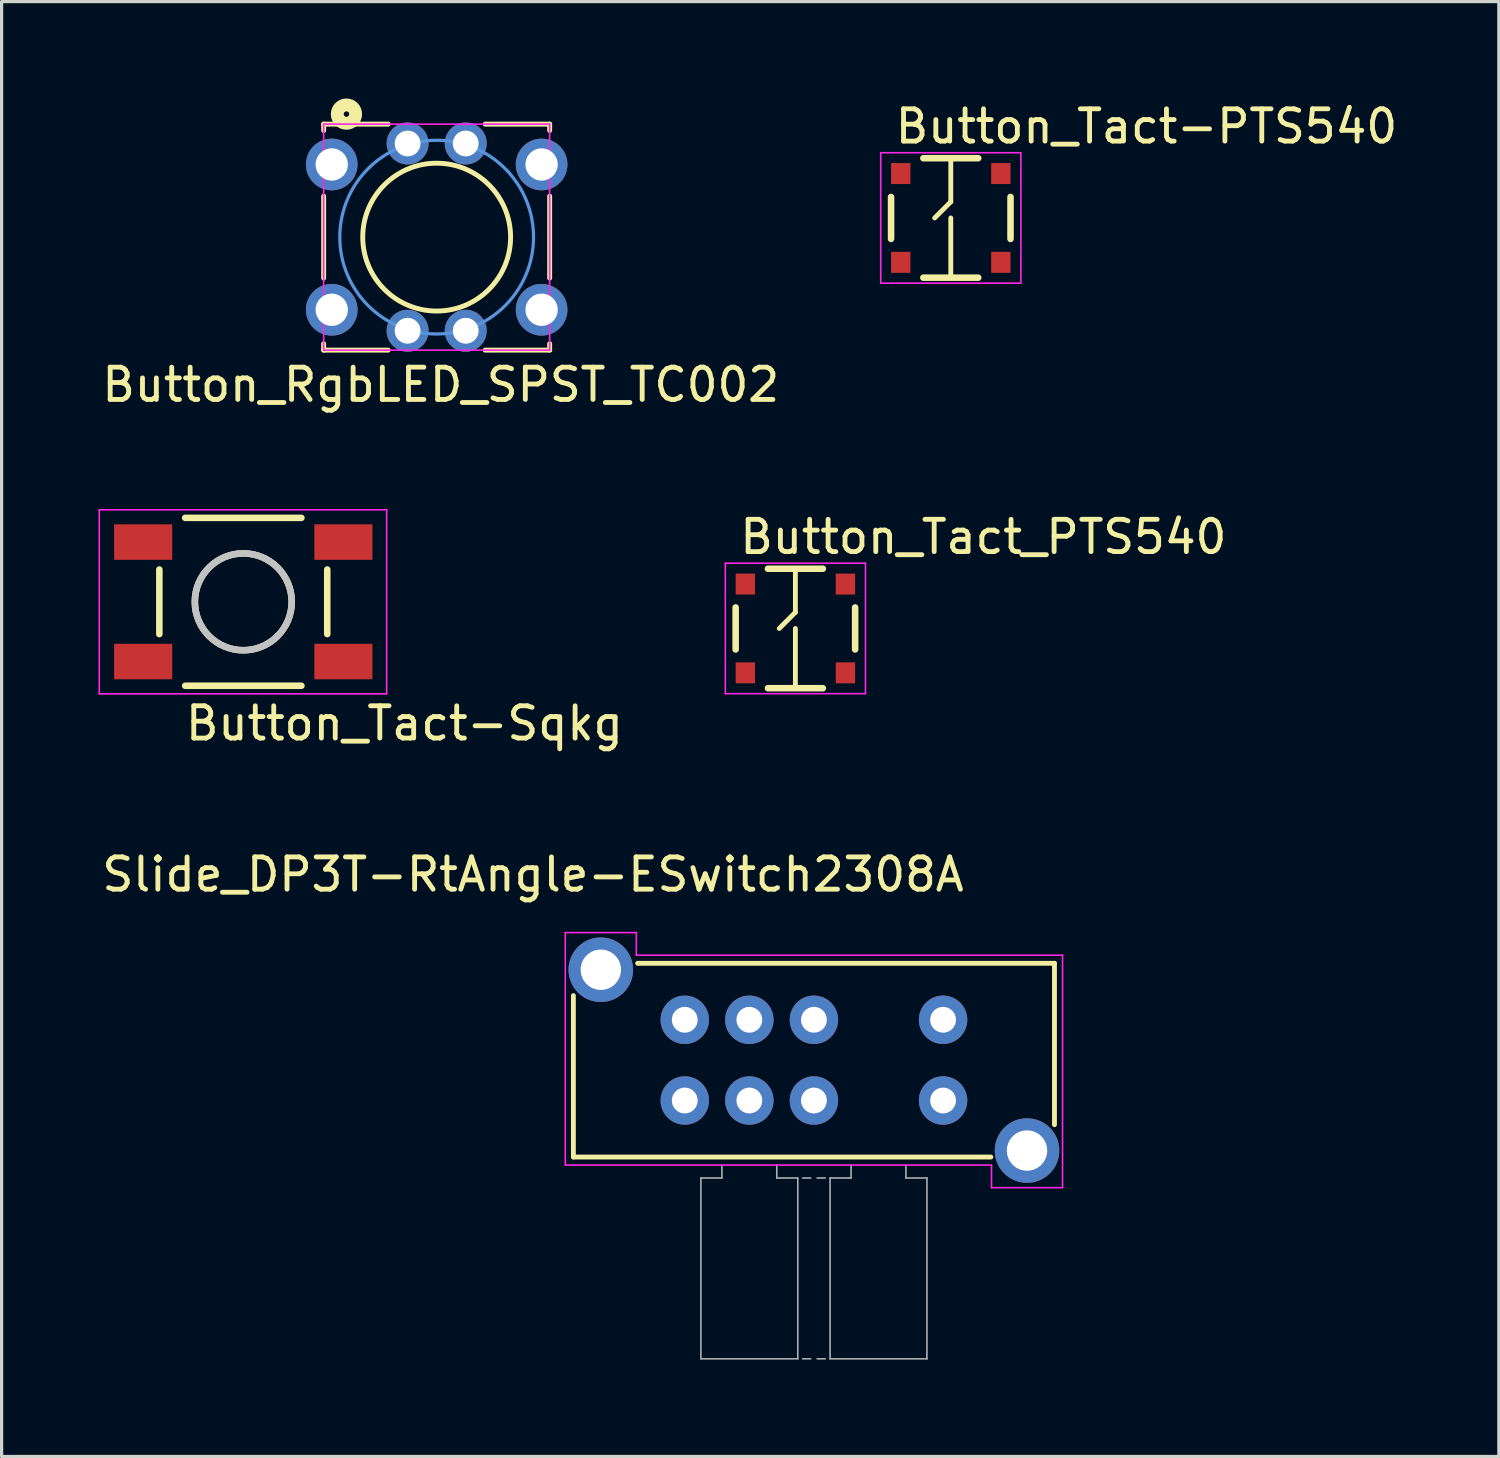
<source format=kicad_pcb>
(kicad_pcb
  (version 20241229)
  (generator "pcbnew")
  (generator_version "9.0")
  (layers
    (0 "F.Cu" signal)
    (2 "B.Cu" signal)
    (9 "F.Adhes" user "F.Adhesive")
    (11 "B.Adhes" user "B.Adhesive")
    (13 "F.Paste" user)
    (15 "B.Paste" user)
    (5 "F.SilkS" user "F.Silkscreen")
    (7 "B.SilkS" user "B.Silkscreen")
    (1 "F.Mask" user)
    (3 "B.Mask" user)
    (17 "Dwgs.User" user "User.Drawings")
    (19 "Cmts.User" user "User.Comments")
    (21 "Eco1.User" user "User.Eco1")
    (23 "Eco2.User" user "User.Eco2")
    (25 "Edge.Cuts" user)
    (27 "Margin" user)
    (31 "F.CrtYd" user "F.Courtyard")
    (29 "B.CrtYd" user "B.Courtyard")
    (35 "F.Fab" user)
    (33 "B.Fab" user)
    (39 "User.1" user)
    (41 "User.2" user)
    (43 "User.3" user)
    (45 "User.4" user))
  (footprint "Button_Tact_PTS540"
    (layer "F.Cu")
    (at 21.584 16.414)
    (property "Reference" "Button_Tact_PTS540" (at -1.8 -2.25 0) (layer "F.SilkS") (effects (font (size 1 1) (thickness 0.15)) (justify left bottom)))
    (attr through_hole)
    (fp_line (start -1.85 0.65) (end -1.85 -0.65) (stroke (width 0.203) (type solid)) (layer "F.SilkS"))
    (fp_line (start 0 -1.85) (end 0 -0.5) (stroke (width 0.15) (type solid)) (layer "F.SilkS"))
    (fp_line (start 0 -0.5) (end -0.5 0) (stroke (width 0.15) (type solid)) (layer "F.SilkS"))
    (fp_line (start 0 0) (end 0 1.85) (stroke (width 0.15) (type solid)) (layer "F.SilkS"))
    (fp_line (start 0.85 -1.85) (end -0.85 -1.85) (stroke (width 0.203) (type solid)) (layer "F.SilkS"))
    (fp_line (start 0.85 1.85) (end -0.85 1.85) (stroke (width 0.203) (type solid)) (layer "F.SilkS"))
    (fp_line (start 1.85 0.65) (end 1.85 -0.65) (stroke (width 0.203) (type solid)) (layer "F.SilkS"))
    (fp_line (start -2.17 -2.02) (end -2.17 2.02) (stroke (width 0.05) (type solid)) (layer "F.CrtYd"))
    (fp_line (start -2.17 2.02) (end 2.17 2.02) (stroke (width 0.05) (type solid)) (layer "F.CrtYd"))
    (fp_line (start 2.17 -2.02) (end -2.17 -2.02) (stroke (width 0.05) (type solid)) (layer "F.CrtYd"))
    (fp_line (start 2.17 2.02) (end 2.17 -2.02) (stroke (width 0.05) (type solid)) (layer "F.CrtYd"))
    (pad "1" smd rect (at -1.55 -1.375) (size 0.6 0.65) (layers "F.Cu" "F.Mask" "F.Paste"))
    (pad "2" smd rect (at -1.55 1.375) (size 0.6 0.65) (layers "F.Cu" "F.Mask" "F.Paste"))
    (pad "3" smd rect (at 1.55 -1.375) (size 0.6 0.65) (layers "F.Cu" "F.Mask" "F.Paste"))
    (pad "4" smd rect (at 1.55 1.375) (size 0.6 0.65) (layers "F.Cu" "F.Mask" "F.Paste")))
  (footprint "Button_Tact-PTS540"
    (layer "F.Cu")
    (at 26.397 3.7)
    (property "Reference" "Button_Tact-PTS540" (at -1.8 -2.25 0) (layer "F.SilkS") (effects (font (size 1 1) (thickness 0.15)) (justify left bottom)))
    (attr through_hole)
    (fp_line (start -1.85 0.65) (end -1.85 -0.65) (stroke (width 0.203) (type solid)) (layer "F.SilkS"))
    (fp_line (start 0 -1.85) (end 0 -0.5) (stroke (width 0.15) (type solid)) (layer "F.SilkS"))
    (fp_line (start 0 -0.5) (end -0.5 0) (stroke (width 0.15) (type solid)) (layer "F.SilkS"))
    (fp_line (start 0 0) (end 0 1.85) (stroke (width 0.15) (type solid)) (layer "F.SilkS"))
    (fp_line (start 0.85 -1.85) (end -0.85 -1.85) (stroke (width 0.203) (type solid)) (layer "F.SilkS"))
    (fp_line (start 0.85 1.85) (end -0.85 1.85) (stroke (width 0.203) (type solid)) (layer "F.SilkS"))
    (fp_line (start 1.85 0.65) (end 1.85 -0.65) (stroke (width 0.203) (type solid)) (layer "F.SilkS"))
    (fp_line (start -2.17 -2.02) (end -2.17 2.02) (stroke (width 0.05) (type solid)) (layer "F.CrtYd"))
    (fp_line (start -2.17 2.02) (end 2.17 2.02) (stroke (width 0.05) (type solid)) (layer "F.CrtYd"))
    (fp_line (start 2.17 -2.02) (end -2.17 -2.02) (stroke (width 0.05) (type solid)) (layer "F.CrtYd"))
    (fp_line (start 2.17 2.02) (end 2.17 -2.02) (stroke (width 0.05) (type solid)) (layer "F.CrtYd"))
    (pad "1" smd rect (at -1.55 -1.375) (size 0.6 0.65) (layers "F.Cu" "F.Mask" "F.Paste"))
    (pad "2" smd rect (at -1.55 1.375) (size 0.6 0.65) (layers "F.Cu" "F.Mask" "F.Paste"))
    (pad "3" smd rect (at 1.55 -1.375) (size 0.6 0.65) (layers "F.Cu" "F.Mask" "F.Paste"))
    (pad "4" smd rect (at 1.55 1.375) (size 0.6 0.65) (layers "F.Cu" "F.Mask" "F.Paste")))
  (footprint "Button_RgbLED_SPST_TC002"
    (layer "F.Cu")
    (at 10.474 4.294)
    (property "Reference" "Button_RgbLED_SPST_TC002" (at 0.127 4.572 0) (layer "F.SilkS") (effects (font (size 1 1) (thickness 0.15))))
    (attr through_hole)
    (fp_line (start -3.5 -3.5) (end -3.5 -3.302) (stroke (width 0.152) (type solid)) (layer "F.SilkS"))
    (fp_line (start -3.5 -1.27) (end -3.5 1.27) (stroke (width 0.152) (type solid)) (layer "F.SilkS"))
    (fp_line (start -3.5 3.5) (end -3.5 3.3) (stroke (width 0.152) (type solid)) (layer "F.SilkS"))
    (fp_line (start -1.5 -3.5) (end -3.5 -3.5) (stroke (width 0.152) (type solid)) (layer "F.SilkS"))
    (fp_line (start -1.5 3.5) (end -3.5 3.5) (stroke (width 0.152) (type solid)) (layer "F.SilkS"))
    (fp_line (start 1.5 -3.5) (end 3.5 -3.5) (stroke (width 0.152) (type solid)) (layer "F.SilkS"))
    (fp_line (start 1.5 3.5) (end 3.5 3.5) (stroke (width 0.152) (type solid)) (layer "F.SilkS"))
    (fp_line (start 3.5 -3.5) (end 3.5 -3.302) (stroke (width 0.152) (type solid)) (layer "F.SilkS"))
    (fp_line (start 3.5 -1.27) (end 3.5 1.27) (stroke (width 0.152) (type solid)) (layer "F.SilkS"))
    (fp_line (start 3.5 3.5) (end 3.5 3.3) (stroke (width 0.152) (type solid)) (layer "F.SilkS"))
    (fp_circle (center -2.794 -3.81) (end -2.921 -4.064) (stroke (width 0.4) (type solid)) (fill no) (layer "F.SilkS"))
    (fp_circle (center 0 0) (end -0.127 -2.286) (stroke (width 0.152) (type solid)) (fill no) (layer "F.SilkS"))
    (fp_circle (center 0 0) (end 3 0) (stroke (width 0.1) (type solid)) (fill no) (layer "Cmts.User"))
    (fp_line (start -3.5 -3.5) (end 3.5 -3.5) (stroke (width 0.05) (type solid)) (layer "F.CrtYd"))
    (fp_line (start -3.5 3.5) (end -3.5 -3.5) (stroke (width 0.05) (type solid)) (layer "F.CrtYd"))
    (fp_line (start 3.5 -3.5) (end 3.5 3.5) (stroke (width 0.05) (type solid)) (layer "F.CrtYd"))
    (fp_line (start 3.5 3.5) (end -3.5 3.5) (stroke (width 0.05) (type solid)) (layer "F.CrtYd"))
    (pad "1" thru_hole circle (at -3.25 -2.25) (size 1.6 1.6) (drill 1) (layers "*.Cu" "*.Mask"))
    (pad "2" thru_hole circle (at 3.25 -2.25) (size 1.6 1.6) (drill 1) (layers "*.Cu" "*.Mask"))
    (pad "3" thru_hole circle (at -3.25 2.25) (size 1.6 1.6) (drill 1) (layers "*.Cu" "*.Mask"))
    (pad "4" thru_hole circle (at 3.25 2.25) (size 1.6 1.6) (drill 1) (layers "*.Cu" "*.Mask"))
    (pad "5" thru_hole circle (at -0.9 -2.9) (size 1.3 1.3) (drill 0.8) (layers "*.Cu" "*.Mask"))
    (pad "6" thru_hole circle (at 0.9 -2.9) (size 1.3 1.3) (drill 0.8) (layers "*.Cu" "*.Mask"))
    (pad "7" thru_hole circle (at 0.9 2.9) (size 1.3 1.3) (drill 0.8) (layers "*.Cu" "*.Mask"))
    (pad "8" thru_hole circle (at -0.9 2.9) (size 1.3 1.3) (drill 0.8) (layers "*.Cu" "*.Mask")))
  (footprint "Button_Tact-Sqkg"
    (layer "F.Cu")
    (at 4.485 15.589)
    (property "Reference" "Button_Tact-Sqkg" (at -1.87 4.35 0) (layer "F.SilkS") (effects (font (size 1 1) (thickness 0.15)) (justify left bottom)))
    (attr through_hole)
    (fp_line (start -2.6 1) (end -2.6 -1) (stroke (width 0.203) (type solid)) (layer "F.SilkS"))
    (fp_line (start 1.8 -2.6) (end -1.8 -2.6) (stroke (width 0.203) (type solid)) (layer "F.SilkS"))
    (fp_line (start 1.8 2.6) (end -1.8 2.6) (stroke (width 0.203) (type solid)) (layer "F.SilkS"))
    (fp_line (start 2.6 1) (end 2.6 -1) (stroke (width 0.203) (type solid)) (layer "F.SilkS"))
    (fp_circle (center 0 0) (end 1.5 0) (stroke (width 0.203) (type solid)) (fill no) (layer "F.SilkS"))
    (fp_circle (center 0 0) (end 1.5 0) (stroke (width 0.203) (type solid)) (fill no) (layer "Dwgs.User"))
    (fp_line (start -4.46 -2.85) (end -4.46 2.85) (stroke (width 0.05) (type solid)) (layer "F.CrtYd"))
    (fp_line (start -4.46 2.85) (end 4.44 2.85) (stroke (width 0.05) (type solid)) (layer "F.CrtYd"))
    (fp_line (start 4.44 -2.85) (end -4.46 -2.85) (stroke (width 0.05) (type solid)) (layer "F.CrtYd"))
    (fp_line (start 4.44 2.85) (end 4.44 -2.85) (stroke (width 0.05) (type solid)) (layer "F.CrtYd"))
    (pad "1" smd rect (at -3.1 -1.85) (size 1.8 1.1) (layers "F.Cu" "F.Mask" "F.Paste"))
    (pad "2" smd rect (at -3.1 1.85) (size 1.8 1.1) (layers "F.Cu" "F.Mask" "F.Paste"))
    (pad "3" smd rect (at 3.1 -1.85) (size 1.8 1.1) (layers "F.Cu" "F.Mask" "F.Paste"))
    (pad "4" smd rect (at 3.1 1.85) (size 1.8 1.1) (layers "F.Cu" "F.Mask" "F.Paste")))
  (footprint "Slide_DP3T-RtAngle-ESwitch2308A"
    (layer "F.Cu")
    (at 22.158 29.784)
    (property "Reference" "Slide_DP3T-RtAngle-ESwitch2308A" (at -8.7 -5.75 180) (layer "F.SilkS") (effects (font (size 1 1) (thickness 0.15))))
    (attr through_hole)
    (fp_line (start -7.45 3) (end -7.45 -2) (stroke (width 0.15) (type solid)) (layer "F.SilkS"))
    (fp_line (start -7.45 3) (end 5.48 3) (stroke (width 0.15) (type solid)) (layer "F.SilkS"))
    (fp_line (start -5.46 -3) (end 7.45 -3) (stroke (width 0.15) (type solid)) (layer "F.SilkS"))
    (fp_line (start 7.45 2) (end 7.45 -3) (stroke (width 0.15) (type solid)) (layer "F.SilkS"))
    (fp_line (start -7.7 -3.95) (end -5.5 -3.95) (stroke (width 0.05) (type solid)) (layer "F.CrtYd"))
    (fp_line (start -7.7 3.25) (end -7.7 -3.95) (stroke (width 0.05) (type solid)) (layer "F.CrtYd"))
    (fp_line (start -7.7 3.25) (end 5.5 3.25) (stroke (width 0.05) (type solid)) (layer "F.CrtYd"))
    (fp_line (start -5.5 -3.95) (end -5.5 -3.25) (stroke (width 0.05) (type solid)) (layer "F.CrtYd"))
    (fp_line (start -5.5 -3.25) (end 7.7 -3.25) (stroke (width 0.05) (type solid)) (layer "F.CrtYd"))
    (fp_line (start 5.5 3.25) (end 5.5 3.95) (stroke (width 0.05) (type solid)) (layer "F.CrtYd"))
    (fp_line (start 5.5 3.95) (end 7.7 3.95) (stroke (width 0.05) (type solid)) (layer "F.CrtYd"))
    (fp_line (start 7.7 3.95) (end 7.7 -3.25) (stroke (width 0.05) (type solid)) (layer "F.CrtYd"))
    (fp_line (start -3.5 9.25) (end -3.5 3.65) (stroke (width 0.05) (type solid)) (layer "F.Fab"))
    (fp_line (start -2.85 3.65) (end -3.5 3.65) (stroke (width 0.05) (type solid)) (layer "F.Fab"))
    (fp_line (start -2.85 3.65) (end -2.85 3.25) (stroke (width 0.05) (type solid)) (layer "F.Fab"))
    (fp_line (start -1.15 3.65) (end -1.15 3.25) (stroke (width 0.05) (type solid)) (layer "F.Fab"))
    (fp_line (start -0.5 3.65) (end -1.15 3.65) (stroke (width 0.05) (type solid)) (layer "F.Fab"))
    (fp_line (start -0.5 3.65) (end -0.5 9.25) (stroke (width 0.05) (type solid)) (layer "F.Fab"))
    (fp_line (start -0.5 9.25) (end -3.5 9.25) (stroke (width 0.05) (type solid)) (layer "F.Fab"))
    (fp_line (start -0.1 3.65) (end -0.35 3.65) (stroke (width 0.05) (type solid)) (layer "F.Fab"))
    (fp_line (start -0.1 9.25) (end -0.35 9.25) (stroke (width 0.05) (type solid)) (layer "F.Fab"))
    (fp_line (start 0.35 3.65) (end 0.1 3.65) (stroke (width 0.05) (type solid)) (layer "F.Fab"))
    (fp_line (start 0.35 9.25) (end 0.1 9.25) (stroke (width 0.05) (type solid)) (layer "F.Fab"))
    (fp_line (start 0.5 9.25) (end 0.5 3.65) (stroke (width 0.05) (type solid)) (layer "F.Fab"))
    (fp_line (start 1.15 3.65) (end 0.5 3.65) (stroke (width 0.05) (type solid)) (layer "F.Fab"))
    (fp_line (start 1.15 3.65) (end 1.15 3.25) (stroke (width 0.05) (type solid)) (layer "F.Fab"))
    (fp_line (start 2.85 3.65) (end 2.85 3.25) (stroke (width 0.05) (type solid)) (layer "F.Fab"))
    (fp_line (start 3.5 3.65) (end 2.85 3.65) (stroke (width 0.05) (type solid)) (layer "F.Fab"))
    (fp_line (start 3.5 3.65) (end 3.5 9.25) (stroke (width 0.05) (type solid)) (layer "F.Fab"))
    (fp_line (start 3.5 9.25) (end 0.5 9.25) (stroke (width 0.05) (type solid)) (layer "F.Fab"))
    (pad "" thru_hole circle (at -6.6 -2.8) (size 2 2) (drill 1.25) (layers "*.Cu" "*.Mask"))
    (pad "" thru_hole circle (at 6.6 2.8) (size 2 2) (drill 1.25) (layers "*.Cu" "*.Mask"))
    (pad "1" thru_hole circle (at -4 -1.25) (size 1.5 1.5) (drill 0.8) (layers "*.Cu" "*.Mask"))
    (pad "2" thru_hole circle (at -2 -1.25) (size 1.5 1.5) (drill 0.8) (layers "*.Cu" "*.Mask"))
    (pad "3" thru_hole circle (at 0 -1.25) (size 1.5 1.5) (drill 0.8) (layers "*.Cu" "*.Mask"))
    (pad "4" thru_hole circle (at 4 -1.25) (size 1.5 1.5) (drill 0.8) (layers "*.Cu" "*.Mask"))
    (pad "5" thru_hole circle (at -4 1.25) (size 1.5 1.5) (drill 0.8) (layers "*.Cu" "*.Mask"))
    (pad "6" thru_hole circle (at -2 1.25) (size 1.5 1.5) (drill 0.8) (layers "*.Cu" "*.Mask"))
    (pad "7" thru_hole circle (at 0 1.25) (size 1.5 1.5) (drill 0.8) (layers "*.Cu" "*.Mask"))
    (pad "8" thru_hole circle (at 4 1.25) (size 1.5 1.5) (drill 0.8) (layers "*.Cu" "*.Mask")))
  (gr_rect
    (start -3 -3)
    (end 43.371 42.059)
    (stroke (width 0.1) (type default))
    (fill no)
    (layer "Edge.Cuts")))
</source>
